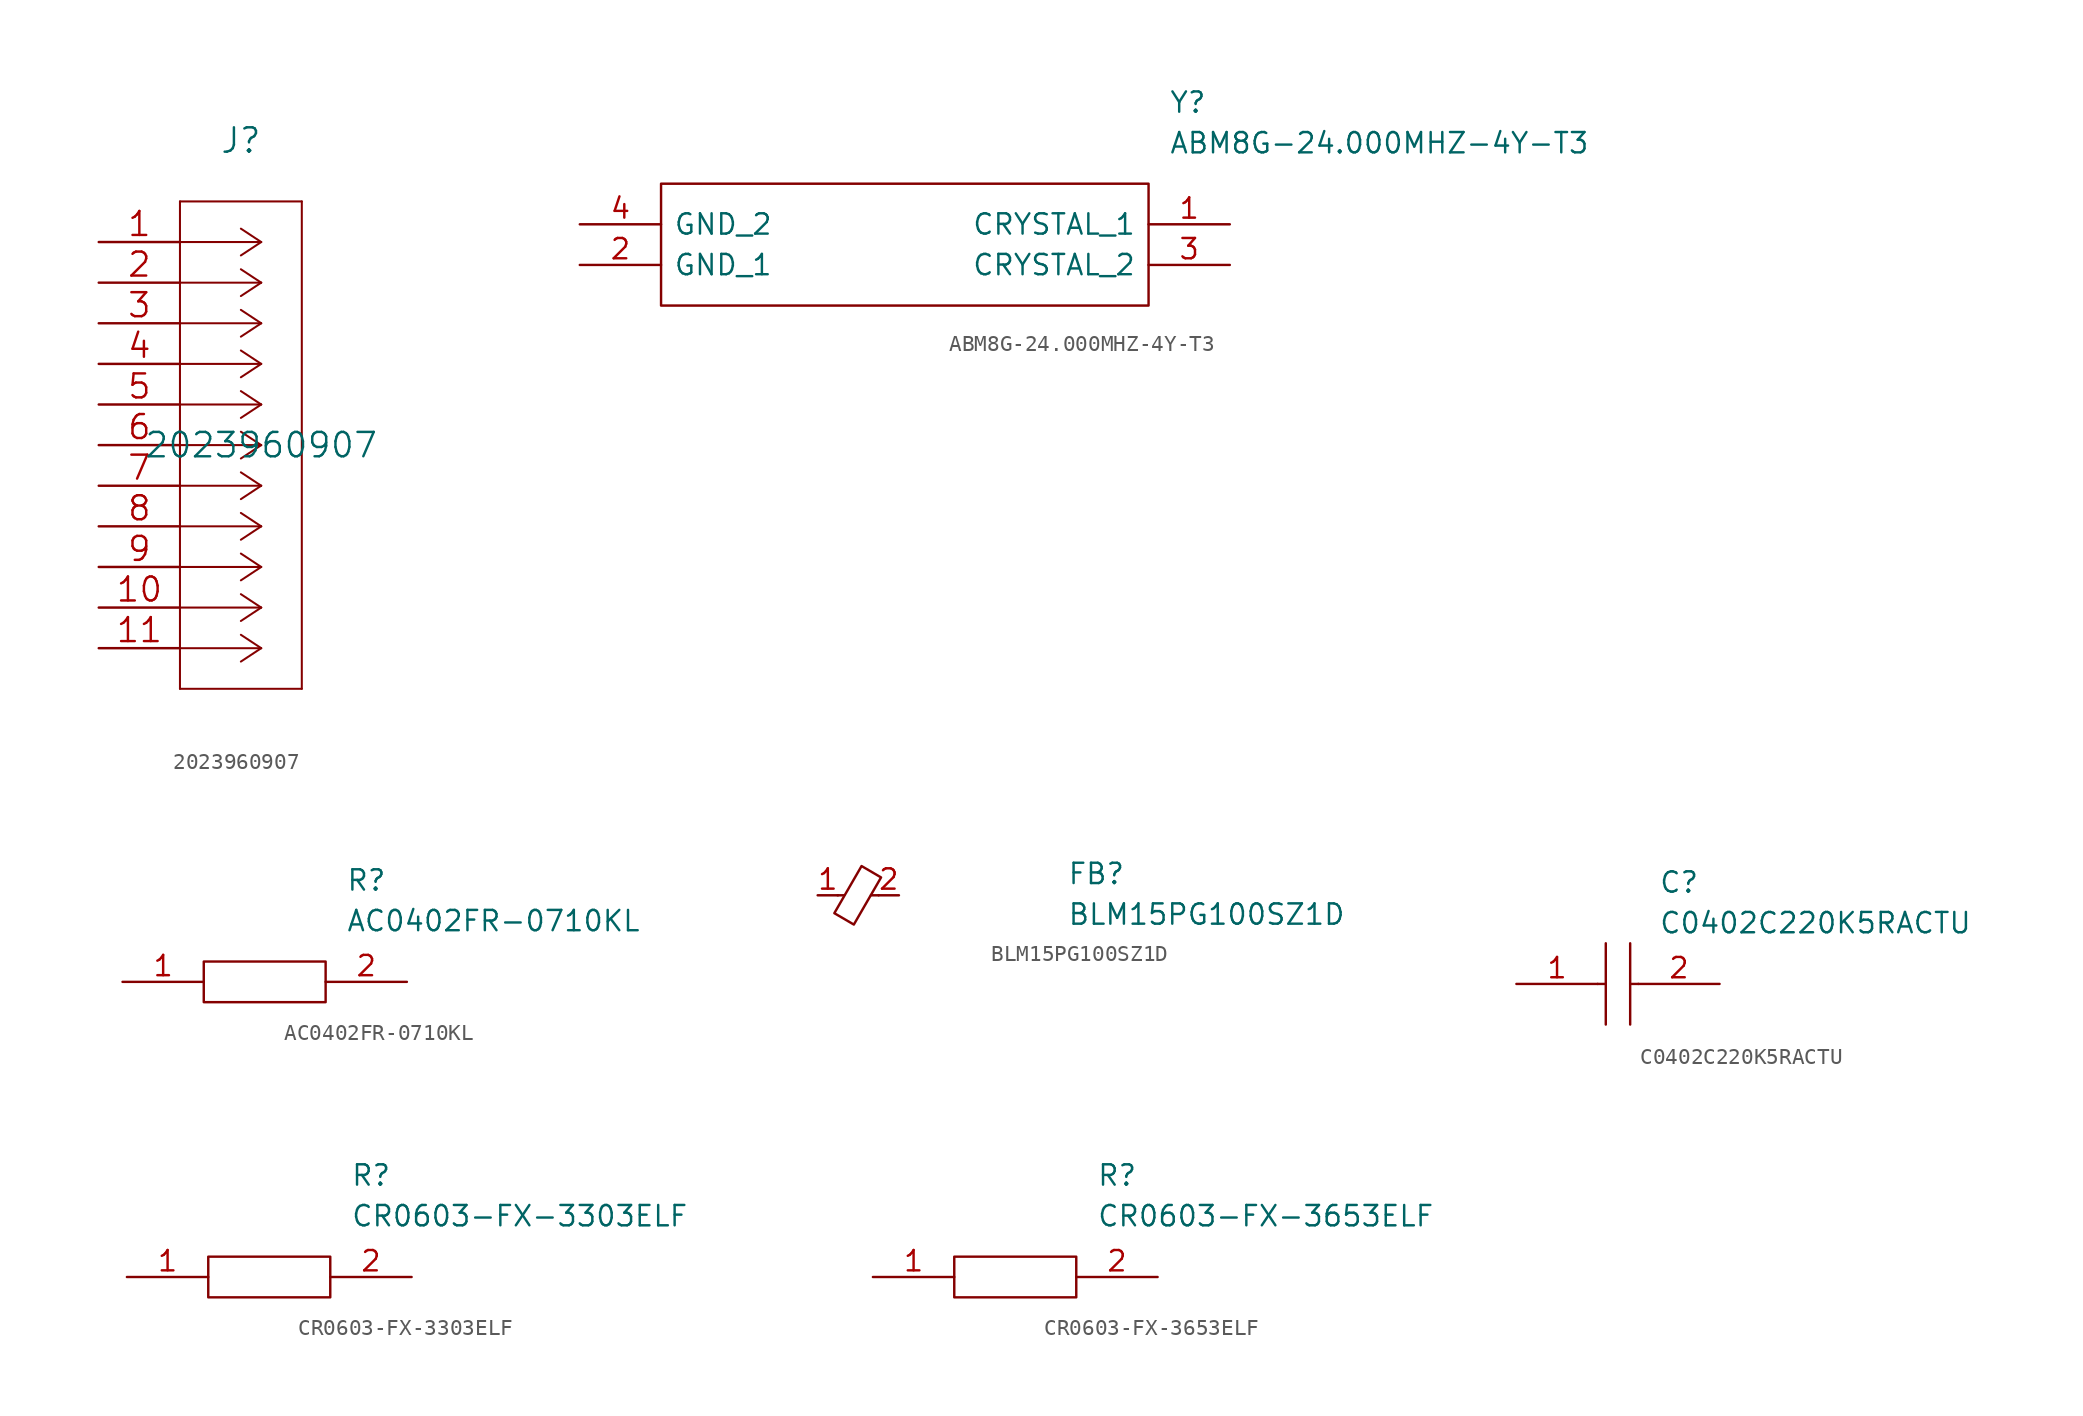
<source format=kicad_sym>
(kicad_symbol_lib
  (version 20211014)
  (generator kicad_symbol_editor)
  (symbol "2023960907"
    (pin_names
      (offset 0.254) hide)
    (property "Reference" "J"
      (at 8.89 6.35 0)
      (effects (font (size 1.524 1.524))))
    (property "Value" "2023960907"
      (at 10.16 -12.7 0)
      (effects (font (size 1.524 1.524))))
    (property "Datasheet" ""
      (at 0 0 0)
      (effects (font (size 1.524 1.524))))
    (property "ki_locked" ""
      (at 0 0 0)
      (effects (font (size 1.27 1.27))))
    (symbol "2023960907_1_1"
      (polyline (pts (xy 5.08 -27.94) (xy 12.7 -27.94)) (stroke (width 0.127) (type default) (color 0 0 0 0)) (fill (type none)))
      (polyline (pts (xy 5.08 2.54) (xy 5.08 -27.94)) (stroke (width 0.127) (type default) (color 0 0 0 0)) (fill (type none)))
      (polyline (pts (xy 10.16 -25.4) (xy 5.08 -25.4)) (stroke (width 0.127) (type default) (color 0 0 0 0)) (fill (type none)))
      (polyline (pts (xy 10.16 -25.4) (xy 8.89 -26.238)) (stroke (width 0.127) (type default) (color 0 0 0 0)) (fill (type none)))
      (polyline (pts (xy 10.16 -25.4) (xy 8.89 -24.562)) (stroke (width 0.127) (type default) (color 0 0 0 0)) (fill (type none)))
      (polyline (pts (xy 10.16 -22.86) (xy 5.08 -22.86)) (stroke (width 0.127) (type default) (color 0 0 0 0)) (fill (type none)))
      (polyline (pts (xy 10.16 -22.86) (xy 8.89 -23.698)) (stroke (width 0.127) (type default) (color 0 0 0 0)) (fill (type none)))
      (polyline (pts (xy 10.16 -22.86) (xy 8.89 -22.022)) (stroke (width 0.127) (type default) (color 0 0 0 0)) (fill (type none)))
      (polyline (pts (xy 10.16 -20.32) (xy 5.08 -20.32)) (stroke (width 0.127) (type default) (color 0 0 0 0)) (fill (type none)))
      (polyline (pts (xy 10.16 -20.32) (xy 8.89 -21.158)) (stroke (width 0.127) (type default) (color 0 0 0 0)) (fill (type none)))
      (polyline (pts (xy 10.16 -20.32) (xy 8.89 -19.482)) (stroke (width 0.127) (type default) (color 0 0 0 0)) (fill (type none)))
      (polyline (pts (xy 10.16 -17.78) (xy 5.08 -17.78)) (stroke (width 0.127) (type default) (color 0 0 0 0)) (fill (type none)))
      (polyline (pts (xy 10.16 -17.78) (xy 8.89 -18.618)) (stroke (width 0.127) (type default) (color 0 0 0 0)) (fill (type none)))
      (polyline (pts (xy 10.16 -17.78) (xy 8.89 -16.942)) (stroke (width 0.127) (type default) (color 0 0 0 0)) (fill (type none)))
      (polyline (pts (xy 10.16 -15.24) (xy 5.08 -15.24)) (stroke (width 0.127) (type default) (color 0 0 0 0)) (fill (type none)))
      (polyline (pts (xy 10.16 -15.24) (xy 8.89 -16.078)) (stroke (width 0.127) (type default) (color 0 0 0 0)) (fill (type none)))
      (polyline (pts (xy 10.16 -15.24) (xy 8.89 -14.402)) (stroke (width 0.127) (type default) (color 0 0 0 0)) (fill (type none)))
      (polyline (pts (xy 10.16 -12.7) (xy 5.08 -12.7)) (stroke (width 0.127) (type default) (color 0 0 0 0)) (fill (type none)))
      (polyline (pts (xy 10.16 -12.7) (xy 8.89 -13.538)) (stroke (width 0.127) (type default) (color 0 0 0 0)) (fill (type none)))
      (polyline (pts (xy 10.16 -12.7) (xy 8.89 -11.862)) (stroke (width 0.127) (type default) (color 0 0 0 0)) (fill (type none)))
      (polyline (pts (xy 10.16 -10.16) (xy 5.08 -10.16)) (stroke (width 0.127) (type default) (color 0 0 0 0)) (fill (type none)))
      (polyline (pts (xy 10.16 -10.16) (xy 8.89 -10.998)) (stroke (width 0.127) (type default) (color 0 0 0 0)) (fill (type none)))
      (polyline (pts (xy 10.16 -10.16) (xy 8.89 -9.322)) (stroke (width 0.127) (type default) (color 0 0 0 0)) (fill (type none)))
      (polyline (pts (xy 10.16 -7.62) (xy 5.08 -7.62)) (stroke (width 0.127) (type default) (color 0 0 0 0)) (fill (type none)))
      (polyline (pts (xy 10.16 -7.62) (xy 8.89 -8.458)) (stroke (width 0.127) (type default) (color 0 0 0 0)) (fill (type none)))
      (polyline (pts (xy 10.16 -7.62) (xy 8.89 -6.782)) (stroke (width 0.127) (type default) (color 0 0 0 0)) (fill (type none)))
      (polyline (pts (xy 10.16 -5.08) (xy 5.08 -5.08)) (stroke (width 0.127) (type default) (color 0 0 0 0)) (fill (type none)))
      (polyline (pts (xy 10.16 -5.08) (xy 8.89 -5.918)) (stroke (width 0.127) (type default) (color 0 0 0 0)) (fill (type none)))
      (polyline (pts (xy 10.16 -5.08) (xy 8.89 -4.242)) (stroke (width 0.127) (type default) (color 0 0 0 0)) (fill (type none)))
      (polyline (pts (xy 10.16 -2.54) (xy 5.08 -2.54)) (stroke (width 0.127) (type default) (color 0 0 0 0)) (fill (type none)))
      (polyline (pts (xy 10.16 -2.54) (xy 8.89 -3.378)) (stroke (width 0.127) (type default) (color 0 0 0 0)) (fill (type none)))
      (polyline (pts (xy 10.16 -2.54) (xy 8.89 -1.702)) (stroke (width 0.127) (type default) (color 0 0 0 0)) (fill (type none)))
      (polyline (pts (xy 10.16 0) (xy 5.08 0)) (stroke (width 0.127) (type default) (color 0 0 0 0)) (fill (type none)))
      (polyline (pts (xy 10.16 0) (xy 8.89 -0.838)) (stroke (width 0.127) (type default) (color 0 0 0 0)) (fill (type none)))
      (polyline (pts (xy 10.16 0) (xy 8.89 0.838)) (stroke (width 0.127) (type default) (color 0 0 0 0)) (fill (type none)))
      (polyline (pts (xy 12.7 -27.94) (xy 12.7 2.54)) (stroke (width 0.127) (type default) (color 0 0 0 0)) (fill (type none)))
      (polyline (pts (xy 12.7 2.54) (xy 5.08 2.54)) (stroke (width 0.127) (type default) (color 0 0 0 0)) (fill (type none)))
      (pin unspecified line (at 0 0 0) (length 5.08) (name "1" (effects (font (size 1.499 1.499)))) (number "1" (effects (font (size 1.499 1.499)))))
      (pin unspecified line (at 0 -22.86 0) (length 5.08) (name "10" (effects (font (size 1.499 1.499)))) (number "10" (effects (font (size 1.499 1.499)))))
      (pin unspecified line (at 0 -25.4 0) (length 5.08) (name "11" (effects (font (size 1.499 1.499)))) (number "11" (effects (font (size 1.499 1.499)))))
      (pin unspecified line (at 0 -2.54 0) (length 5.08) (name "2" (effects (font (size 1.499 1.499)))) (number "2" (effects (font (size 1.499 1.499)))))
      (pin unspecified line (at 0 -5.08 0) (length 5.08) (name "3" (effects (font (size 1.499 1.499)))) (number "3" (effects (font (size 1.499 1.499)))))
      (pin unspecified line (at 0 -7.62 0) (length 5.08) (name "4" (effects (font (size 1.499 1.499)))) (number "4" (effects (font (size 1.499 1.499)))))
      (pin unspecified line (at 0 -10.16 0) (length 5.08) (name "5" (effects (font (size 1.499 1.499)))) (number "5" (effects (font (size 1.499 1.499)))))
      (pin unspecified line (at 0 -12.7 0) (length 5.08) (name "6" (effects (font (size 1.499 1.499)))) (number "6" (effects (font (size 1.499 1.499)))))
      (pin unspecified line (at 0 -15.24 0) (length 5.08) (name "7" (effects (font (size 1.499 1.499)))) (number "7" (effects (font (size 1.499 1.499)))))
      (pin unspecified line (at 0 -17.78 0) (length 5.08) (name "8" (effects (font (size 1.499 1.499)))) (number "8" (effects (font (size 1.499 1.499)))))
      (pin unspecified line (at 0 -20.32 0) (length 5.08) (name "9" (effects (font (size 1.499 1.499)))) (number "9" (effects (font (size 1.499 1.499)))))))
  (symbol "ABM8G-24.000MHZ-4Y-T3"
    (pin_names
      (offset 0.762))
    (property "Reference" "Y"
      (at 36.83 7.62 0)
      (effects (font (size 1.27 1.27)) (justify left)))
    (property "Value" "ABM8G-24.000MHZ-4Y-T3"
      (at 36.83 5.08 0)
      (effects (font (size 1.27 1.27)) (justify left)))
    (symbol "ABM8G-24.000MHZ-4Y-T3_0_0"
      (pin passive line (at 40.64 0 180) (length 5.08) (name "CRYSTAL_1" (effects (font (size 1.27 1.27)))) (number "1" (effects (font (size 1.27 1.27)))))
      (pin passive line (at 0 -2.54 0) (length 5.08) (name "GND_1" (effects (font (size 1.27 1.27)))) (number "2" (effects (font (size 1.27 1.27)))))
      (pin passive line (at 40.64 -2.54 180) (length 5.08) (name "CRYSTAL_2" (effects (font (size 1.27 1.27)))) (number "3" (effects (font (size 1.27 1.27)))))
      (pin passive line (at 0 0 0) (length 5.08) (name "GND_2" (effects (font (size 1.27 1.27)))) (number "4" (effects (font (size 1.27 1.27))))))
    (symbol "ABM8G-24.000MHZ-4Y-T3_0_1"
      (polyline (pts (xy 5.08 2.54) (xy 35.56 2.54) (xy 35.56 -5.08) (xy 5.08 -5.08) (xy 5.08 2.54)) (stroke (width 0.152) (type default) (color 0 0 0 0)) (fill (type none)))))
  (symbol "AC0402FR-0710KL"
    (pin_names
      (offset 0.762))
    (property "Reference" "R"
      (at 13.97 6.35 0)
      (effects (font (size 1.27 1.27)) (justify left)))
    (property "Value" "AC0402FR-0710KL"
      (at 13.97 3.81 0)
      (effects (font (size 1.27 1.27)) (justify left)))
    (symbol "AC0402FR-0710KL_0_0"
      (pin passive line (at 0 0 0) (length 5.08) (name "~" (effects (font (size 1.27 1.27)))) (number "1" (effects (font (size 1.27 1.27)))))
      (pin passive line (at 17.78 0 180) (length 5.08) (name "~" (effects (font (size 1.27 1.27)))) (number "2" (effects (font (size 1.27 1.27))))))
    (symbol "AC0402FR-0710KL_0_1"
      (polyline (pts (xy 5.08 1.27) (xy 12.7 1.27) (xy 12.7 -1.27) (xy 5.08 -1.27) (xy 5.08 1.27)) (stroke (width 0.152) (type default) (color 0 0 0 0)) (fill (type none)))))
  (symbol "BLM15PG100SZ1D"
    (pin_names
      (offset 0.762))
    (property "Reference" "FB"
      (at 16.51 7.62 0)
      (effects (font (size 1.27 1.27)) (justify left)))
    (property "Value" "BLM15PG100SZ1D"
      (at 16.51 5.08 0)
      (effects (font (size 1.27 1.27)) (justify left)))
    (symbol "BLM15PG100SZ1D_0_1"
      (polyline (pts (xy 2.565 6.274) (xy 2.159 6.274)) (stroke (width 0) (type default) (color 0 0 0 0)) (fill (type none)))
      (polyline (pts (xy 4.724 6.274) (xy 4.242 6.274)) (stroke (width 0) (type default) (color 0 0 0 0)) (fill (type none)))
      (polyline (pts (xy 3.175 4.445) (xy 1.956 5.156) (xy 3.658 8.103) (xy 4.877 7.391) (xy 3.175 4.445)) (stroke (width 0) (type default) (color 0 0 0 0)) (fill (type none))))
    (symbol "BLM15PG100SZ1D_1_1"
      (pin passive line (at 0.914 6.274 0) (length 1.27) (name "~" (effects (font (size 1.27 1.27)))) (number "1" (effects (font (size 1.27 1.27)))))
      (pin passive line (at 5.994 6.274 180) (length 1.27) (name "~" (effects (font (size 1.27 1.27)))) (number "2" (effects (font (size 1.27 1.27)))))))
  (symbol "C0402C220K5RACTU"
    (pin_names
      (offset 0.762))
    (property "Reference" "C"
      (at 8.89 6.35 0)
      (effects (font (size 1.27 1.27)) (justify left)))
    (property "Value" "C0402C220K5RACTU"
      (at 8.89 3.81 0)
      (effects (font (size 1.27 1.27)) (justify left)))
    (symbol "C0402C220K5RACTU_0_0"
      (pin passive line (at 0 0 0) (length 5.08) (name "~" (effects (font (size 1.27 1.27)))) (number "1" (effects (font (size 1.27 1.27)))))
      (pin passive line (at 12.7 0 180) (length 5.08) (name "~" (effects (font (size 1.27 1.27)))) (number "2" (effects (font (size 1.27 1.27))))))
    (symbol "C0402C220K5RACTU_0_1"
      (polyline (pts (xy 5.08 0) (xy 5.588 0)) (stroke (width 0.152) (type default) (color 0 0 0 0)) (fill (type none)))
      (polyline (pts (xy 5.588 2.54) (xy 5.588 -2.54)) (stroke (width 0.152) (type default) (color 0 0 0 0)) (fill (type none)))
      (polyline (pts (xy 7.112 0) (xy 7.62 0)) (stroke (width 0.152) (type default) (color 0 0 0 0)) (fill (type none)))
      (polyline (pts (xy 7.112 2.54) (xy 7.112 -2.54)) (stroke (width 0.152) (type default) (color 0 0 0 0)) (fill (type none)))))
  (symbol "CR0603-FX-3303ELF"
    (pin_names
      (offset 0.762))
    (property "Reference" "R"
      (at 13.97 6.35 0)
      (effects (font (size 1.27 1.27)) (justify left)))
    (property "Value" "CR0603-FX-3303ELF"
      (at 13.97 3.81 0)
      (effects (font (size 1.27 1.27)) (justify left)))
    (symbol "CR0603-FX-3303ELF_0_0"
      (pin passive line (at 0 0 0) (length 5.08) (name "~" (effects (font (size 1.27 1.27)))) (number "1" (effects (font (size 1.27 1.27)))))
      (pin passive line (at 17.78 0 180) (length 5.08) (name "~" (effects (font (size 1.27 1.27)))) (number "2" (effects (font (size 1.27 1.27))))))
    (symbol "CR0603-FX-3303ELF_0_1"
      (polyline (pts (xy 5.08 1.27) (xy 12.7 1.27) (xy 12.7 -1.27) (xy 5.08 -1.27) (xy 5.08 1.27)) (stroke (width 0.152) (type default) (color 0 0 0 0)) (fill (type none)))))
  (symbol "CR0603-FX-3653ELF"
    (pin_names
      (offset 0.762))
    (property "Reference" "R"
      (at 13.97 6.35 0)
      (effects (font (size 1.27 1.27)) (justify left)))
    (property "Value" "CR0603-FX-3653ELF"
      (at 13.97 3.81 0)
      (effects (font (size 1.27 1.27)) (justify left)))
    (symbol "CR0603-FX-3653ELF_0_0"
      (pin passive line (at 0 0 0) (length 5.08) (name "~" (effects (font (size 1.27 1.27)))) (number "1" (effects (font (size 1.27 1.27)))))
      (pin passive line (at 17.78 0 180) (length 5.08) (name "~" (effects (font (size 1.27 1.27)))) (number "2" (effects (font (size 1.27 1.27))))))
    (symbol "CR0603-FX-3653ELF_0_1"
      (polyline (pts (xy 5.08 1.27) (xy 12.7 1.27) (xy 12.7 -1.27) (xy 5.08 -1.27) (xy 5.08 1.27)) (stroke (width 0.152) (type default) (color 0 0 0 0)) (fill (type none))))))
</source>
